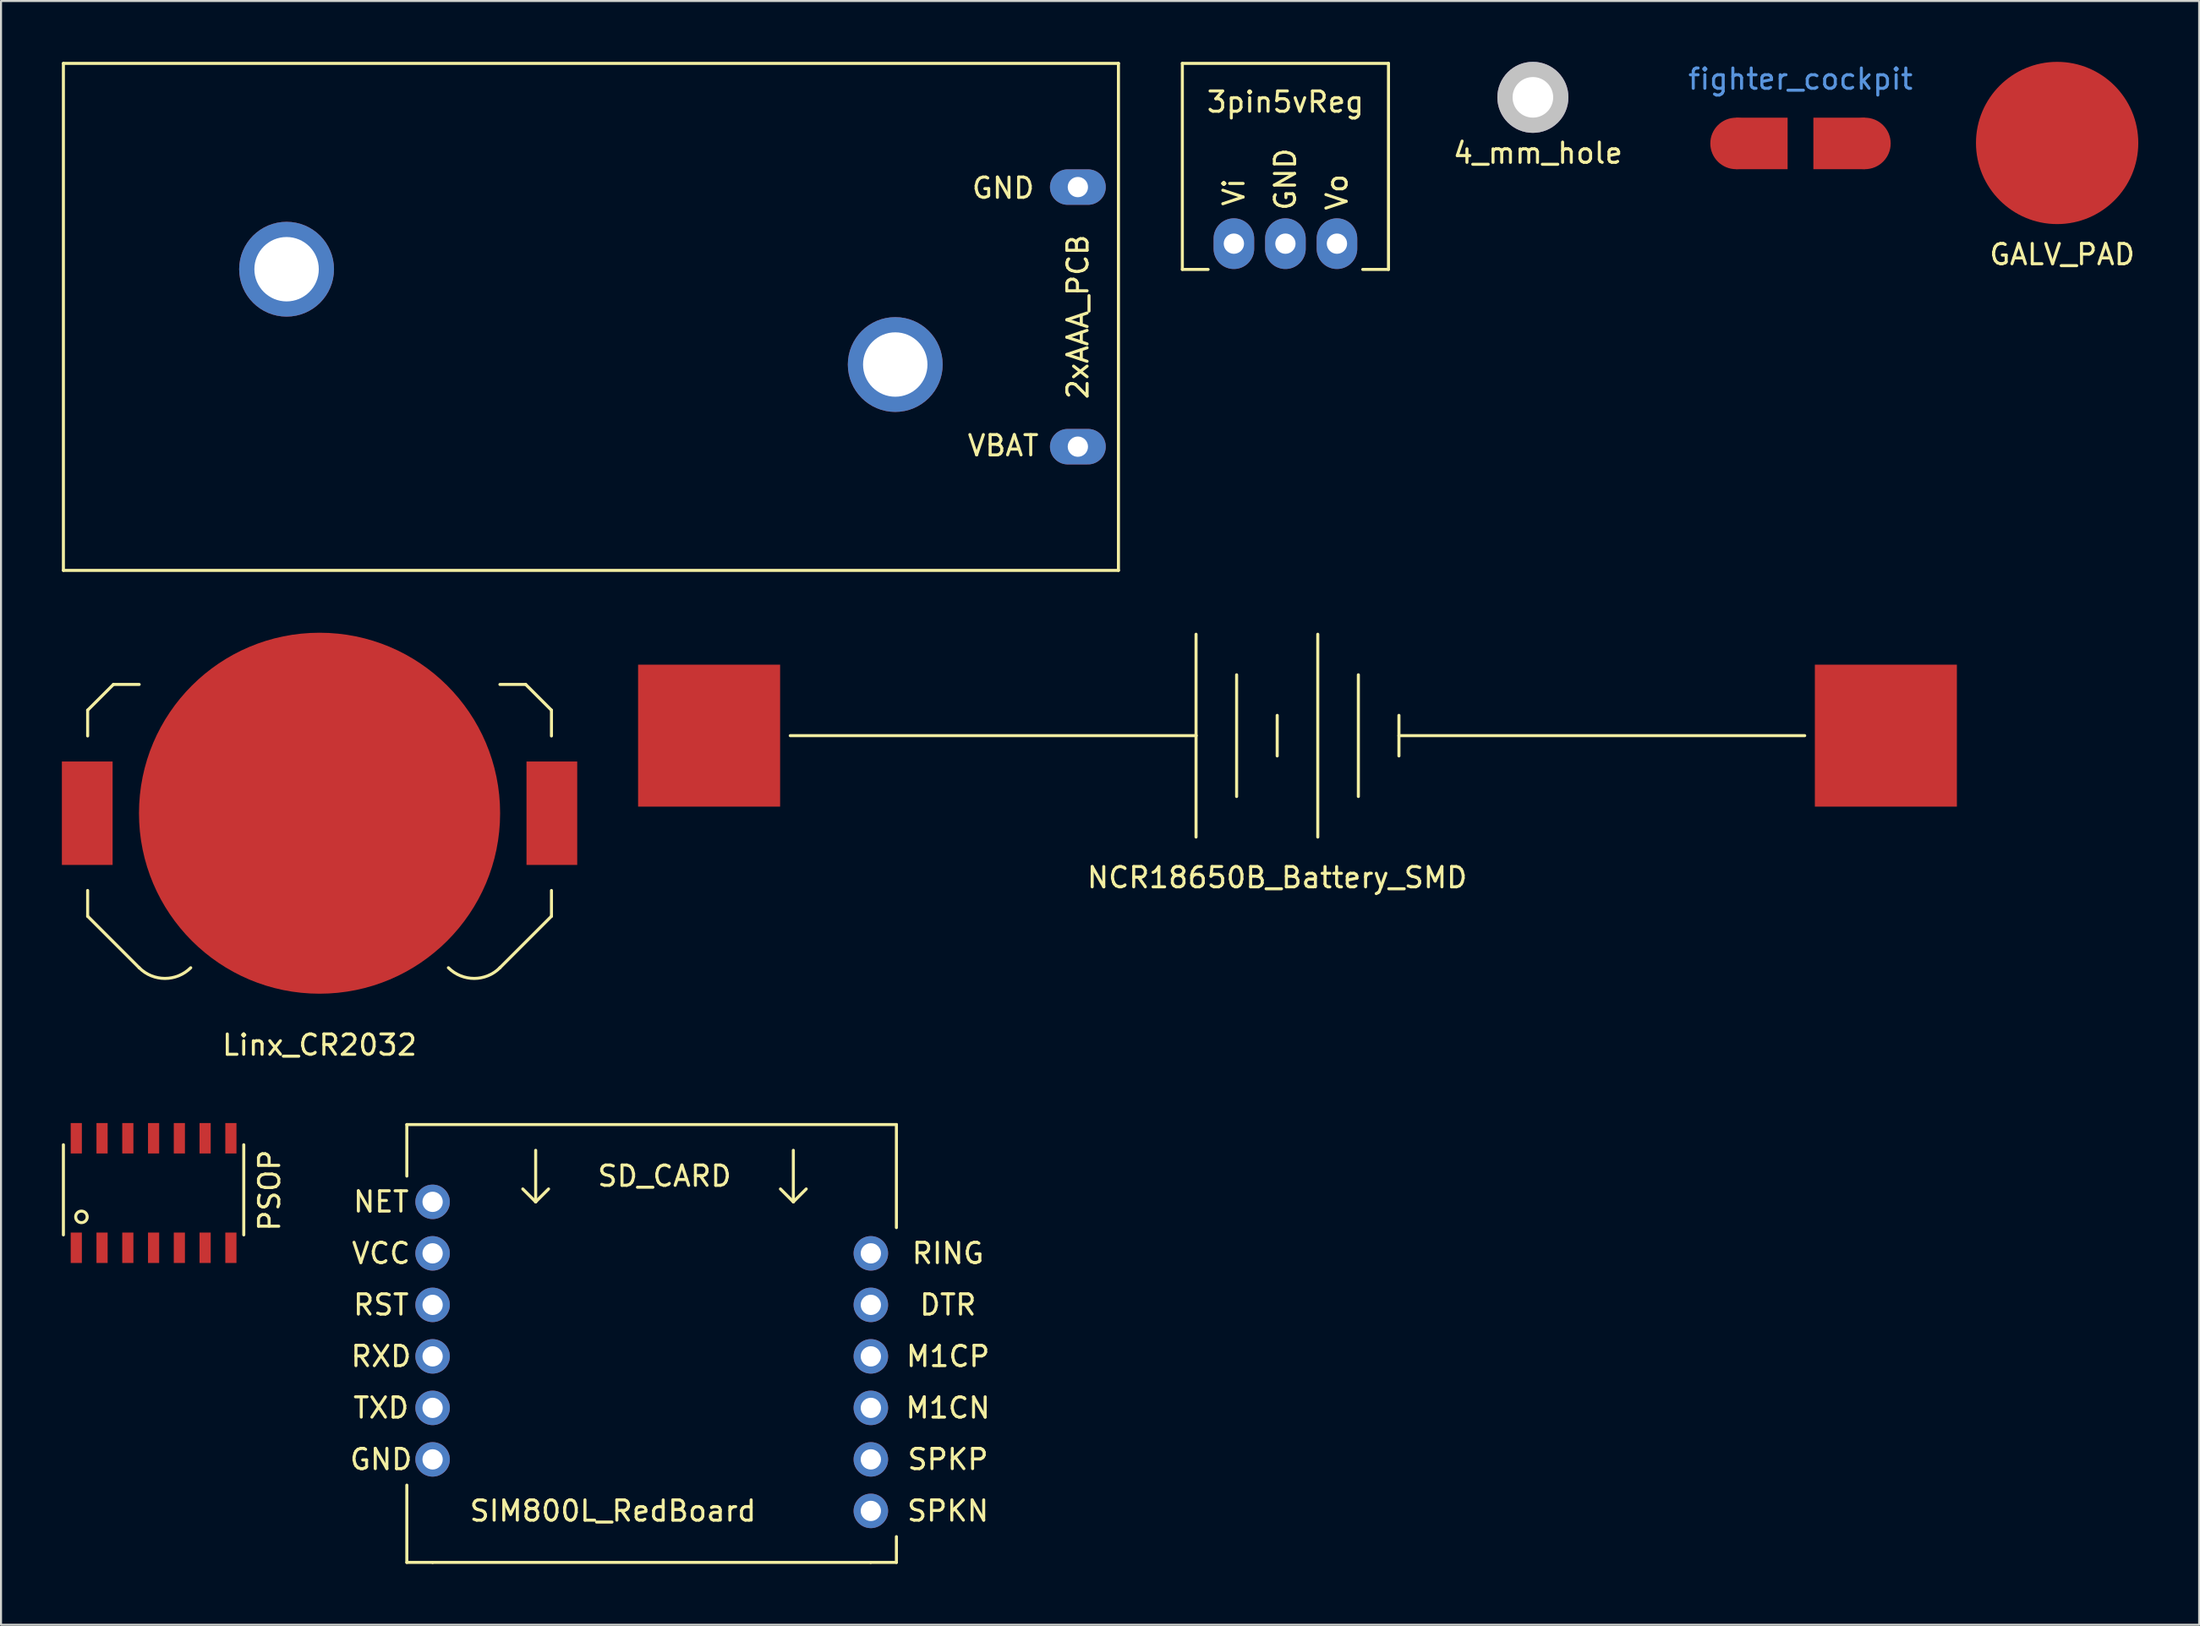
<source format=kicad_pcb>
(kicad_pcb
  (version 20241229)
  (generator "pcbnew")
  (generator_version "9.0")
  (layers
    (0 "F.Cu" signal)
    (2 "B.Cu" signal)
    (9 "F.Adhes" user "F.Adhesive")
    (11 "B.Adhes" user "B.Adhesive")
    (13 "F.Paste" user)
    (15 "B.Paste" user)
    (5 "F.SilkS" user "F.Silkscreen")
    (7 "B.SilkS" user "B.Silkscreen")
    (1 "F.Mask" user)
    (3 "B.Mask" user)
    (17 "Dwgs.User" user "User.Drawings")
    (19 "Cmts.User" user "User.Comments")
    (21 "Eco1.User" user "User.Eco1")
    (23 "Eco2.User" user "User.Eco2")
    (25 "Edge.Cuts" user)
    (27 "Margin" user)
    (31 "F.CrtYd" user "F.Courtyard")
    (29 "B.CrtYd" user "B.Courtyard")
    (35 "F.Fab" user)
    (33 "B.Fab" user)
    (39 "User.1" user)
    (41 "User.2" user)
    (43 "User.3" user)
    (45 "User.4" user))
  (footprint "fighter_cockpit"
    (layer "F.Cu")
    (at 85.692 4.023)
    (property "Reference" "fighter_cockpit" (at 0 -3.175 0) (layer "Cmts.User") (effects (font (size 1 1) (thickness 0.15))))
    (attr through_hole)
    (pad "1" smd circle (at -3.175 0) (size 2.54 2.54) (layers "F.Cu" "F.Mask"))
    (pad "2" smd circle (at 3.175 0) (size 2.54 2.54) (layers "F.Cu" "F.Mask"))
    (pad "4" smd rect (at -1.905 0) (size 2.54 2.54) (layers "F.Cu" "F.Mask"))
    (pad "5" smd rect (at 1.905 0) (size 2.54 2.54) (layers "F.Cu" "F.Mask")))
  (footprint "SIM800L_RedBoard"
    (layer "F.Cu")
    (at 18.272 56.213)
    (property "Reference" "SIM800L_RedBoard" (at 8.89 15.24 0) (layer "F.SilkS") (effects (font (size 1 1) (thickness 0.15))))
    (attr through_hole)
    (fp_line (start -1.27 -3.81) (end -1.27 -1.27) (stroke (width 0.15) (type solid)) (layer "F.SilkS"))
    (fp_line (start -1.27 -3.81) (end 22.86 -3.81) (stroke (width 0.15) (type solid)) (layer "F.SilkS"))
    (fp_line (start -1.27 17.78) (end -1.27 13.97) (stroke (width 0.15) (type solid)) (layer "F.SilkS"))
    (fp_line (start 0 17.78) (end -1.27 17.78) (stroke (width 0.15) (type solid)) (layer "F.SilkS"))
    (fp_line (start 5.08 -2.54) (end 5.08 0) (stroke (width 0.15) (type solid)) (layer "F.SilkS"))
    (fp_line (start 5.08 0) (end 4.445 -0.635) (stroke (width 0.15) (type solid)) (layer "F.SilkS"))
    (fp_line (start 5.08 0) (end 5.715 -0.635) (stroke (width 0.15) (type solid)) (layer "F.SilkS"))
    (fp_line (start 17.78 -2.54) (end 17.78 0) (stroke (width 0.15) (type solid)) (layer "F.SilkS"))
    (fp_line (start 17.78 0) (end 17.145 -0.635) (stroke (width 0.15) (type solid)) (layer "F.SilkS"))
    (fp_line (start 17.78 0) (end 18.415 -0.635) (stroke (width 0.15) (type solid)) (layer "F.SilkS"))
    (fp_line (start 21.59 17.78) (end 0 17.78) (stroke (width 0.15) (type solid)) (layer "F.SilkS"))
    (fp_line (start 22.86 -3.81) (end 22.86 1.27) (stroke (width 0.15) (type solid)) (layer "F.SilkS"))
    (fp_line (start 22.86 17.78) (end 21.59 17.78) (stroke (width 0.15) (type solid)) (layer "F.SilkS"))
    (fp_line (start 22.86 17.78) (end 22.86 16.51) (stroke (width 0.15) (type solid)) (layer "F.SilkS"))
    (fp_text user "NET" (at -2.54 0 180) (layer "F.SilkS") (effects (font (size 1 1) (thickness 0.15))))
    (fp_text user "M1CP" (at 25.4 7.62 0) (layer "F.SilkS") (effects (font (size 1 1) (thickness 0.15))))
    (fp_text user "VCC" (at -2.54 2.54 0) (layer "F.SilkS") (effects (font (size 1 1) (thickness 0.15))))
    (fp_text user "GND" (at -2.54 12.7 0) (layer "F.SilkS") (effects (font (size 1 1) (thickness 0.15))))
    (fp_text user "RST" (at -2.54 5.08 0) (layer "F.SilkS") (effects (font (size 1 1) (thickness 0.15))))
    (fp_text user "RXD" (at -2.54 7.62 0) (layer "F.SilkS") (effects (font (size 1 1) (thickness 0.15))))
    (fp_text user "TXD" (at -2.54 10.16 0) (layer "F.SilkS") (effects (font (size 1 1) (thickness 0.15))))
    (fp_text user "SPKP" (at 25.4 12.7 0) (layer "F.SilkS") (effects (font (size 1 1) (thickness 0.15))))
    (fp_text user "M1CN" (at 25.4 10.16 0) (layer "F.SilkS") (effects (font (size 1 1) (thickness 0.15))))
    (fp_text user "DTR" (at 25.4 5.08 0) (layer "F.SilkS") (effects (font (size 1 1) (thickness 0.15))))
    (fp_text user "SPKN" (at 25.4 15.24 0) (layer "F.SilkS") (effects (font (size 1 1) (thickness 0.15))))
    (fp_text user "RING" (at 25.4 2.54 0) (layer "F.SilkS") (effects (font (size 1 1) (thickness 0.15))))
    (fp_text user "SD_CARD" (at 11.43 -1.27 0) (layer "F.SilkS") (effects (font (size 1 1) (thickness 0.15))))
    (pad "1" thru_hole circle (at 0 0) (size 1.7 1.7) (drill 1) (layers "*.Cu" "*.Mask"))
    (pad "2" thru_hole circle (at 0 2.54) (size 1.7 1.7) (drill 1) (layers "*.Cu" "*.Mask"))
    (pad "3" thru_hole circle (at 0 5.08) (size 1.7 1.7) (drill 1) (layers "*.Cu" "*.Mask"))
    (pad "4" thru_hole circle (at 0 7.62) (size 1.7 1.7) (drill 1) (layers "*.Cu" "*.Mask"))
    (pad "5" thru_hole circle (at 0 10.16) (size 1.7 1.7) (drill 1) (layers "*.Cu" "*.Mask"))
    (pad "6" thru_hole circle (at 0 12.7) (size 1.7 1.7) (drill 1) (layers "*.Cu" "*.Mask"))
    (pad "7" thru_hole circle (at 21.6 15.24) (size 1.7 1.7) (drill 1) (layers "*.Cu" "*.Mask"))
    (pad "8" thru_hole circle (at 21.6 12.7) (size 1.7 1.7) (drill 1) (layers "*.Cu" "*.Mask"))
    (pad "9" thru_hole circle (at 21.6 10.16) (size 1.7 1.7) (drill 1) (layers "*.Cu" "*.Mask"))
    (pad "10" thru_hole circle (at 21.6 7.62) (size 1.7 1.7) (drill 1) (layers "*.Cu" "*.Mask"))
    (pad "11" thru_hole circle (at 21.6 5.08) (size 1.7 1.7) (drill 1) (layers "*.Cu" "*.Mask"))
    (pad "12" thru_hole circle (at 21.6 2.54) (size 1.7 1.7) (drill 1) (layers "*.Cu" "*.Mask")))
  (footprint "PSOP"
    (layer "F.Cu")
    (at 4.52 55.778)
    (property "Reference" "PSOP" (at 5.715 -0.127 90) (layer "F.SilkS") (effects (font (size 1 1) (thickness 0.15))))
    (attr through_hole)
    (fp_line (start -4.445 -2.38) (end -4.445 2.065) (stroke (width 0.15) (type solid)) (layer "F.SilkS"))
    (fp_line (start 4.445 -2.38) (end 4.445 2.065) (stroke (width 0.15) (type solid)) (layer "F.SilkS"))
    (fp_circle (center -3.556 1.176) (end -3.302 1.303) (stroke (width 0.15) (type solid)) (fill no) (layer "F.SilkS"))
    (pad "1" smd rect (at -3.81 2.7) (size 0.55 1.5) (layers "F.Cu" "F.Mask" "F.Paste"))
    (pad "2" smd rect (at -2.54 2.7) (size 0.55 1.5) (layers "F.Cu" "F.Mask" "F.Paste"))
    (pad "3" smd rect (at -1.27 2.7) (size 0.55 1.5) (layers "F.Cu" "F.Mask" "F.Paste"))
    (pad "4" smd rect (at 0 2.7) (size 0.55 1.5) (layers "F.Cu" "F.Mask" "F.Paste"))
    (pad "5" smd rect (at 1.27 2.7) (size 0.55 1.5) (layers "F.Cu" "F.Mask" "F.Paste"))
    (pad "6" smd rect (at 2.54 2.7) (size 0.55 1.5) (layers "F.Cu" "F.Mask" "F.Paste"))
    (pad "7" smd rect (at 3.81 2.7) (size 0.55 1.5) (layers "F.Cu" "F.Mask" "F.Paste"))
    (pad "8" smd rect (at 3.81 -2.7) (size 0.55 1.5) (layers "F.Cu" "F.Mask" "F.Paste"))
    (pad "9" smd rect (at 2.54 -2.7) (size 0.55 1.5) (layers "F.Cu" "F.Mask" "F.Paste"))
    (pad "10" smd rect (at 1.27 -2.7) (size 0.55 1.5) (layers "F.Cu" "F.Mask" "F.Paste"))
    (pad "11" smd rect (at 0 -2.7) (size 0.55 1.5) (layers "F.Cu" "F.Mask" "F.Paste"))
    (pad "12" smd rect (at -1.27 -2.7) (size 0.55 1.5) (layers "F.Cu" "F.Mask" "F.Paste"))
    (pad "13" smd rect (at -2.54 -2.7) (size 0.55 1.5) (layers "F.Cu" "F.Mask" "F.Paste"))
    (pad "14" smd rect (at -3.81 -2.7) (size 0.55 1.5) (layers "F.Cu" "F.Mask" "F.Paste")))
  (footprint "2xAAA_PCB"
    (layer "F.Cu")
    (at 26.075 12.575)
    (property "Reference" "2xAAA_PCB" (at 24 0 90) (layer "F.SilkS") (effects (font (size 1 1) (thickness 0.15))))
    (attr through_hole)
    (fp_line (start -26 -12.5) (end 26 -12.5) (stroke (width 0.15) (type solid)) (layer "F.SilkS"))
    (fp_line (start -26 12.5) (end -26 -12.5) (stroke (width 0.15) (type solid)) (layer "F.SilkS"))
    (fp_line (start 26 -12.5) (end 26 12.5) (stroke (width 0.15) (type solid)) (layer "F.SilkS"))
    (fp_line (start 26 12.5) (end -26 12.5) (stroke (width 0.15) (type solid)) (layer "F.SilkS"))
    (fp_text user "VBAT" (at 20.32 6.35 0) (layer "F.SilkS") (effects (font (size 1 1) (thickness 0.15))))
    (fp_text user "GND" (at 20.32 -6.35 0) (layer "F.SilkS") (effects (font (size 1 1) (thickness 0.15))))
    (pad "" np_thru_hole circle (at -15 -2.35) (size 4.675 4.675) (drill 3.175) (layers "*.Cu" "*.Mask"))
    (pad "" np_thru_hole circle (at 15 2.35) (size 4.675 4.675) (drill 3.175) (layers "*.Cu" "*.Mask"))
    (pad "1" thru_hole oval (at 24 -6.4) (size 2.75 1.75) (drill 1) (layers "*.Cu" "*.Mask"))
    (pad "2" thru_hole oval (at 24 6.4) (size 2.75 1.75) (drill 1) (layers "*.Cu" "*.Mask")))
  (footprint "3pin5vReg"
    (layer "F.Cu")
    (at 60.305 8.965)
    (property "Reference" "3pin5vReg" (at 0 -6.985 0) (layer "F.SilkS") (effects (font (size 1 1) (thickness 0.15))))
    (attr through_hole)
    (fp_line (start -5.08 -8.89) (end -5.08 1.27) (stroke (width 0.15) (type solid)) (layer "F.SilkS"))
    (fp_line (start -5.08 1.27) (end -3.81 1.27) (stroke (width 0.15) (type solid)) (layer "F.SilkS"))
    (fp_line (start 5.08 -8.89) (end -5.08 -8.89) (stroke (width 0.15) (type solid)) (layer "F.SilkS"))
    (fp_line (start 5.08 1.27) (end 3.81 1.27) (stroke (width 0.15) (type solid)) (layer "F.SilkS"))
    (fp_line (start 5.08 1.27) (end 5.08 -8.89) (stroke (width 0.15) (type solid)) (layer "F.SilkS"))
    (fp_text user "Vi" (at -2.54 -2.54 90) (layer "F.SilkS") (effects (font (size 1 1) (thickness 0.15))))
    (fp_text user "Vo" (at 2.54 -2.54 90) (layer "F.SilkS") (effects (font (size 1 1) (thickness 0.15))))
    (fp_text user "GND" (at 0 -3.175 90) (layer "F.SilkS") (effects (font (size 1 1) (thickness 0.15))))
    (pad "1" thru_hole oval (at -2.54 0) (size 2 2.5) (drill 1) (layers "*.Cu" "*.Mask"))
    (pad "2" thru_hole oval (at 0 0) (size 2 2.5) (drill 1) (layers "*.Cu" "*.Mask"))
    (pad "3" thru_hole oval (at 2.54 0) (size 2 2.5) (drill 1) (layers "*.Cu" "*.Mask")))
  (footprint "NCR18650B_Battery_SMD"
    (layer "F.Cu")
    (at 60.9 33.225)
    (property "Reference" "NCR18650B_Battery_SMD" (at -1 7 0) (layer "F.SilkS") (effects (font (size 1 1) (thickness 0.15))))
    (attr through_hole)
    (fp_line (start -25 0) (end -5 0) (stroke (width 0.15) (type solid)) (layer "F.SilkS"))
    (fp_line (start -5 0) (end -5 -5) (stroke (width 0.15) (type solid)) (layer "F.SilkS"))
    (fp_line (start -5 0) (end -5 5) (stroke (width 0.15) (type solid)) (layer "F.SilkS"))
    (fp_line (start -3 -3) (end -3 3) (stroke (width 0.15) (type solid)) (layer "F.SilkS"))
    (fp_line (start -1 -1) (end -1 1) (stroke (width 0.15) (type solid)) (layer "F.SilkS"))
    (fp_line (start 1 -5) (end 1 5) (stroke (width 0.15) (type solid)) (layer "F.SilkS"))
    (fp_line (start 3 -3) (end 3 3) (stroke (width 0.15) (type solid)) (layer "F.SilkS"))
    (fp_line (start 5 -1) (end 5 1) (stroke (width 0.15) (type solid)) (layer "F.SilkS"))
    (fp_line (start 5 0) (end 25 0) (stroke (width 0.15) (type solid)) (layer "F.SilkS"))
    (pad "1" smd rect (at -29 0) (size 7 7) (layers "F.Cu" "F.Mask" "F.Paste"))
    (pad "2" smd rect (at 29 0) (size 7 7) (layers "F.Cu" "F.Mask" "F.Paste")))
  (footprint "4_mm_hole"
    (layer "F.Cu")
    (at 72.502 1.75)
    (property "Reference" "4_mm_hole" (at 0.25 2.75 0) (layer "F.SilkS") (effects (font (size 1 1) (thickness 0.15))))
    (attr through_hole)
    (pad "" np_thru_hole circle (at 0 0) (size 3.5 3.5) (drill 2) (layers "*.Cu" "*.Mask" "Dwgs.User")))
  (footprint "Linx_CR2032"
    (layer "F.Cu")
    (at 12.7 37.05)
    (property "Reference" "Linx_CR2032" (at 0 11.43 0) (layer "F.SilkS") (effects (font (size 1 1) (thickness 0.15))))
    (attr through_hole)
    (fp_line (start -11.43 -5.08) (end -10.16 -6.35) (stroke (width 0.15) (type solid)) (layer "F.SilkS"))
    (fp_line (start -11.43 -3.81) (end -11.43 -5.08) (stroke (width 0.15) (type solid)) (layer "F.SilkS"))
    (fp_line (start -11.43 3.81) (end -11.43 5.08) (stroke (width 0.15) (type solid)) (layer "F.SilkS"))
    (fp_line (start -11.43 5.08) (end -8.89 7.62) (stroke (width 0.15) (type solid)) (layer "F.SilkS"))
    (fp_line (start -10.16 -6.35) (end -8.89 -6.35) (stroke (width 0.15) (type solid)) (layer "F.SilkS"))
    (fp_line (start 10.16 -6.35) (end 8.89 -6.35) (stroke (width 0.15) (type solid)) (layer "F.SilkS"))
    (fp_line (start 11.43 -5.08) (end 10.16 -6.35) (stroke (width 0.15) (type solid)) (layer "F.SilkS"))
    (fp_line (start 11.43 -3.81) (end 11.43 -5.08) (stroke (width 0.15) (type solid)) (layer "F.SilkS"))
    (fp_line (start 11.43 3.81) (end 11.43 5.08) (stroke (width 0.15) (type solid)) (layer "F.SilkS"))
    (fp_line (start 11.43 5.08) (end 8.89 7.62) (stroke (width 0.15) (type solid)) (layer "F.SilkS"))
    (fp_arc (start -6.35 7.62) (mid -7.62 8.146051) (end -8.89 7.62) (stroke (width 0.15) (type solid)) (layer "F.SilkS"))
    (fp_arc (start 8.89 7.62) (mid 7.62 8.146051) (end 6.35 7.62) (stroke (width 0.15) (type solid)) (layer "F.SilkS"))
    (pad "1" smd rect (at -11.45 0) (size 2.5 5.1) (layers "F.Cu" "F.Mask" "F.Paste"))
    (pad "1" smd rect (at 11.45 0) (size 2.5 5.1) (layers "F.Cu" "F.Mask" "F.Paste"))
    (pad "2" smd circle (at 0 0) (size 17.8 17.8) (layers "F.Cu" "F.Mask")))
  (footprint "GALV_PAD"
    (layer "F.Cu")
    (at 98.341 4)
    (property "Reference" "GALV_PAD" (at 0.25 5.5 0) (layer "F.SilkS") (effects (font (size 1 1) (thickness 0.15))))
    (attr through_hole)
    (pad "1" smd circle (at 0 0) (size 8 8) (layers "F.Cu" "F.Mask" "F.Paste")))
  (gr_rect
    (start -3 -3)
    (end 105.341 77.068)
    (stroke (width 0.1) (type default))
    (fill no)
    (layer "Edge.Cuts")))
</source>
